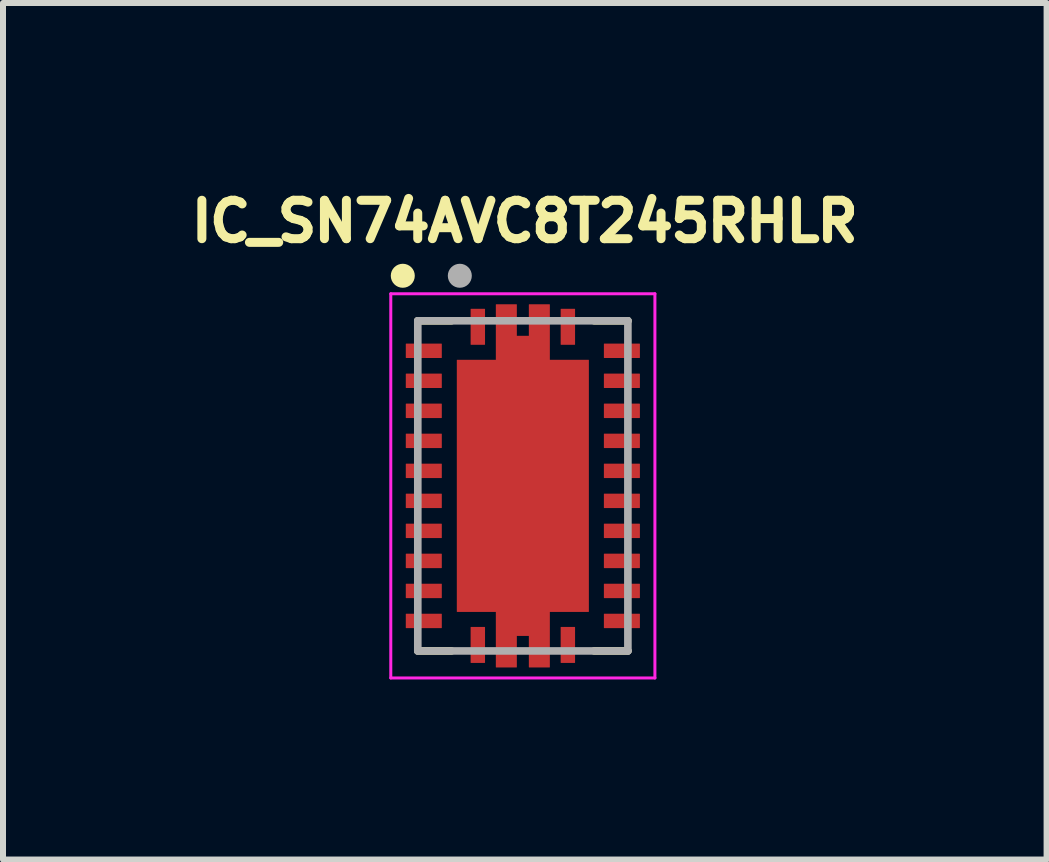
<source format=kicad_pcb>
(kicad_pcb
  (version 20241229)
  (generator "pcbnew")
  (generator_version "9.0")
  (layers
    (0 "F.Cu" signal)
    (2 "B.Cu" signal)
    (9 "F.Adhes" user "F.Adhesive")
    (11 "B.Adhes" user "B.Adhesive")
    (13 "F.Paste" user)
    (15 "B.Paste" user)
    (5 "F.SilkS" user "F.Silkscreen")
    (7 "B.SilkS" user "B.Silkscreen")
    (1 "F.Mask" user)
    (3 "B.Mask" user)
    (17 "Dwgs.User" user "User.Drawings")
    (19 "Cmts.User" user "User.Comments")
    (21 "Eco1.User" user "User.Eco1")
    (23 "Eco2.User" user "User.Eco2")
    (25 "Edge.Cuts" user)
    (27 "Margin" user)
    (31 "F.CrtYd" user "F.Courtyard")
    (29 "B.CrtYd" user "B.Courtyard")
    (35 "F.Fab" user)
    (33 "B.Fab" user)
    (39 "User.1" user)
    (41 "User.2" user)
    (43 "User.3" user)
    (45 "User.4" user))
  (footprint "IC_SN74AVC8T245RHLR"
    (layer "F.Cu")
    (at 5.66 5.044)
    (property "Reference" "IC_SN74AVC8T245RHLR" (at 0.032 -4.406 0) (layer "F.SilkS") (effects (font (size 0.64 0.64) (thickness 0.15))))
    (attr smd)
    (fp_poly (pts (xy -0.375 -2.95) (xy -0.175 -2.95) (xy -0.175 -2.425) (xy 0.175 -2.425) (xy 0.175 -2.95) (xy 0.375 -2.95) (xy 0.375 -2.025) (xy 1.025 -2.025) (xy 1.025 2.025) (xy 0.375 2.025) (xy 0.375 2.95) (xy 0.175 2.95) (xy 0.175 2.425) (xy -0.175 2.425) (xy -0.175 2.95) (xy -0.375 2.95) (xy -0.375 2.025) (xy -1.025 2.025) (xy -1.025 -2.025) (xy -0.375 -2.025)) (stroke (width 0.01) (type solid)) (fill yes) (layer "F.Mask"))
    (fp_line (start -1.75 -2.75) (end -1.19 -2.75) (stroke (width 0.127) (type solid)) (layer "F.SilkS"))
    (fp_line (start -1.75 2.75) (end -1.19 2.75) (stroke (width 0.127) (type solid)) (layer "F.SilkS"))
    (fp_line (start 1.19 -2.75) (end 1.75 -2.75) (stroke (width 0.127) (type solid)) (layer "F.SilkS"))
    (fp_line (start 1.75 2.75) (end 1.19 2.75) (stroke (width 0.127) (type solid)) (layer "F.SilkS"))
    (fp_circle (center -2 -3.5) (end -1.9 -3.5) (stroke (width 0.2) (type solid)) (fill no) (layer "F.SilkS"))
    (fp_poly (pts (xy -1.025 -1.91) (xy -0.1 -1.91) (xy -0.1 -0.77) (xy -1.025 -0.77)) (stroke (width 0.01) (type solid)) (fill yes) (layer "F.Paste"))
    (fp_poly (pts (xy -1.025 -0.57) (xy -0.1 -0.57) (xy -0.1 0.57) (xy -1.025 0.57)) (stroke (width 0.01) (type solid)) (fill yes) (layer "F.Paste"))
    (fp_poly (pts (xy -1.025 0.77) (xy -0.1 0.77) (xy -0.1 1.91) (xy -1.025 1.91)) (stroke (width 0.01) (type solid)) (fill yes) (layer "F.Paste"))
    (fp_poly (pts (xy 0.1 -1.91) (xy 1.025 -1.91) (xy 1.025 -0.77) (xy 0.1 -0.77)) (stroke (width 0.01) (type solid)) (fill yes) (layer "F.Paste"))
    (fp_poly (pts (xy 0.1 -0.57) (xy 1.025 -0.57) (xy 1.025 0.57) (xy 0.1 0.57)) (stroke (width 0.01) (type solid)) (fill yes) (layer "F.Paste"))
    (fp_poly (pts (xy 0.1 0.77) (xy 1.025 0.77) (xy 1.025 1.91) (xy 0.1 1.91)) (stroke (width 0.01) (type solid)) (fill yes) (layer "F.Paste"))
    (fp_poly (pts (xy -0.375 -2.95) (xy -0.175 -2.95) (xy -0.175 -2.425) (xy 0.175 -2.425) (xy 0.175 -2.95) (xy 0.375 -2.95) (xy 0.375 -2.11) (xy -0.375 -2.11)) (stroke (width 0.01) (type solid)) (fill yes) (layer "F.Paste"))
    (fp_poly (pts (xy 0.375 2.95) (xy 0.175 2.95) (xy 0.175 2.425) (xy -0.175 2.425) (xy -0.175 2.95) (xy -0.375 2.95) (xy -0.375 2.11) (xy 0.375 2.11)) (stroke (width 0.01) (type solid)) (fill yes) (layer "F.Paste"))
    (fp_line (start -2.2 -3.2) (end 2.2 -3.2) (stroke (width 0.05) (type solid)) (layer "F.CrtYd"))
    (fp_line (start -2.2 3.2) (end -2.2 -3.2) (stroke (width 0.05) (type solid)) (layer "F.CrtYd"))
    (fp_line (start 2.2 -3.2) (end 2.2 3.2) (stroke (width 0.05) (type solid)) (layer "F.CrtYd"))
    (fp_line (start 2.2 3.2) (end -2.2 3.2) (stroke (width 0.05) (type solid)) (layer "F.CrtYd"))
    (fp_line (start -1.75 -2.75) (end 1.75 -2.75) (stroke (width 0.127) (type solid)) (layer "F.Fab"))
    (fp_line (start -1.75 2.75) (end -1.75 -2.75) (stroke (width 0.127) (type solid)) (layer "F.Fab"))
    (fp_line (start 1.75 -2.75) (end 1.75 2.75) (stroke (width 0.127) (type solid)) (layer "F.Fab"))
    (fp_line (start 1.75 2.75) (end -1.75 2.75) (stroke (width 0.127) (type solid)) (layer "F.Fab"))
    (fp_circle (center -1.05 -3.5) (end -0.95 -3.5) (stroke (width 0.2) (type solid)) (fill no) (layer "F.Fab"))
    (pad "1" smd roundrect (at -0.75 -2.65 90) (size 0.6 0.24) (layers "F.Cu" "F.Mask" "F.Paste") (roundrect_rratio 0.03))
    (pad "2" smd roundrect (at -1.65 -2.25 180) (size 0.6 0.24) (layers "F.Cu" "F.Mask" "F.Paste") (roundrect_rratio 0.03))
    (pad "3" smd roundrect (at -1.65 -1.75 180) (size 0.6 0.24) (layers "F.Cu" "F.Mask" "F.Paste") (roundrect_rratio 0.03))
    (pad "4" smd roundrect (at -1.65 -1.25 180) (size 0.6 0.24) (layers "F.Cu" "F.Mask" "F.Paste") (roundrect_rratio 0.03))
    (pad "5" smd roundrect (at -1.65 -0.75 180) (size 0.6 0.24) (layers "F.Cu" "F.Mask" "F.Paste") (roundrect_rratio 0.03))
    (pad "6" smd roundrect (at -1.65 -0.25 180) (size 0.6 0.24) (layers "F.Cu" "F.Mask" "F.Paste") (roundrect_rratio 0.03))
    (pad "7" smd roundrect (at -1.65 0.25 180) (size 0.6 0.24) (layers "F.Cu" "F.Mask" "F.Paste") (roundrect_rratio 0.03))
    (pad "8" smd roundrect (at -1.65 0.75 180) (size 0.6 0.24) (layers "F.Cu" "F.Mask" "F.Paste") (roundrect_rratio 0.03))
    (pad "9" smd roundrect (at -1.65 1.25 180) (size 0.6 0.24) (layers "F.Cu" "F.Mask" "F.Paste") (roundrect_rratio 0.03))
    (pad "10" smd roundrect (at -1.65 1.75 180) (size 0.6 0.24) (layers "F.Cu" "F.Mask" "F.Paste") (roundrect_rratio 0.03))
    (pad "11" smd roundrect (at -1.65 2.25 180) (size 0.6 0.24) (layers "F.Cu" "F.Mask" "F.Paste") (roundrect_rratio 0.03))
    (pad "12" smd roundrect (at -0.75 2.65 270) (size 0.6 0.24) (layers "F.Cu" "F.Mask" "F.Paste") (roundrect_rratio 0.03))
    (pad "13" smd roundrect (at 0.75 2.65 270) (size 0.6 0.24) (layers "F.Cu" "F.Mask" "F.Paste") (roundrect_rratio 0.03))
    (pad "14" smd roundrect (at 1.65 2.25) (size 0.6 0.24) (layers "F.Cu" "F.Mask" "F.Paste") (roundrect_rratio 0.03))
    (pad "15" smd roundrect (at 1.65 1.75) (size 0.6 0.24) (layers "F.Cu" "F.Mask" "F.Paste") (roundrect_rratio 0.03))
    (pad "16" smd roundrect (at 1.65 1.25) (size 0.6 0.24) (layers "F.Cu" "F.Mask" "F.Paste") (roundrect_rratio 0.03))
    (pad "17" smd roundrect (at 1.65 0.75) (size 0.6 0.24) (layers "F.Cu" "F.Mask" "F.Paste") (roundrect_rratio 0.03))
    (pad "18" smd roundrect (at 1.65 0.25) (size 0.6 0.24) (layers "F.Cu" "F.Mask" "F.Paste") (roundrect_rratio 0.03))
    (pad "19" smd roundrect (at 1.65 -0.25) (size 0.6 0.24) (layers "F.Cu" "F.Mask" "F.Paste") (roundrect_rratio 0.03))
    (pad "20" smd roundrect (at 1.65 -0.75) (size 0.6 0.24) (layers "F.Cu" "F.Mask" "F.Paste") (roundrect_rratio 0.03))
    (pad "21" smd roundrect (at 1.65 -1.25) (size 0.6 0.24) (layers "F.Cu" "F.Mask" "F.Paste") (roundrect_rratio 0.03))
    (pad "22" smd roundrect (at 1.65 -1.75) (size 0.6 0.24) (layers "F.Cu" "F.Mask" "F.Paste") (roundrect_rratio 0.03))
    (pad "23" smd roundrect (at 1.65 -2.25) (size 0.6 0.24) (layers "F.Cu" "F.Mask" "F.Paste") (roundrect_rratio 0.03))
    (pad "24" smd roundrect (at 0.75 -2.65 90) (size 0.6 0.24) (layers "F.Cu" "F.Mask" "F.Paste") (roundrect_rratio 0.03))
    (pad "25" smd custom (at 0 0) (size 0.5 0.5) (layers "F.Cu") (options (anchor rect)) (primitives (gr_poly (pts (xy -0.445 -3.02) (xy -0.105 -3.02) (xy -0.105 -2.495) (xy 0.105 -2.495) (xy 0.105 -3.02) (xy 0.445 -3.02) (xy 0.445 -2.095) (xy 1.095 -2.095) (xy 1.095 2.095) (xy 0.445 2.095) (xy 0.445 3.02) (xy 0.105 3.02) (xy 0.105 2.495) (xy -0.105 2.495) (xy -0.105 3.02) (xy -0.445 3.02) (xy -0.445 2.095) (xy -1.095 2.095) (xy -1.095 -2.095) (xy -0.445 -2.095)) (width 0.01) (fill yes)))))
  (gr_rect
    (start -3 -3)
    (end 14.385 11.269)
    (stroke (width 0.1) (type default))
    (fill no)
    (layer "Edge.Cuts")))
</source>
